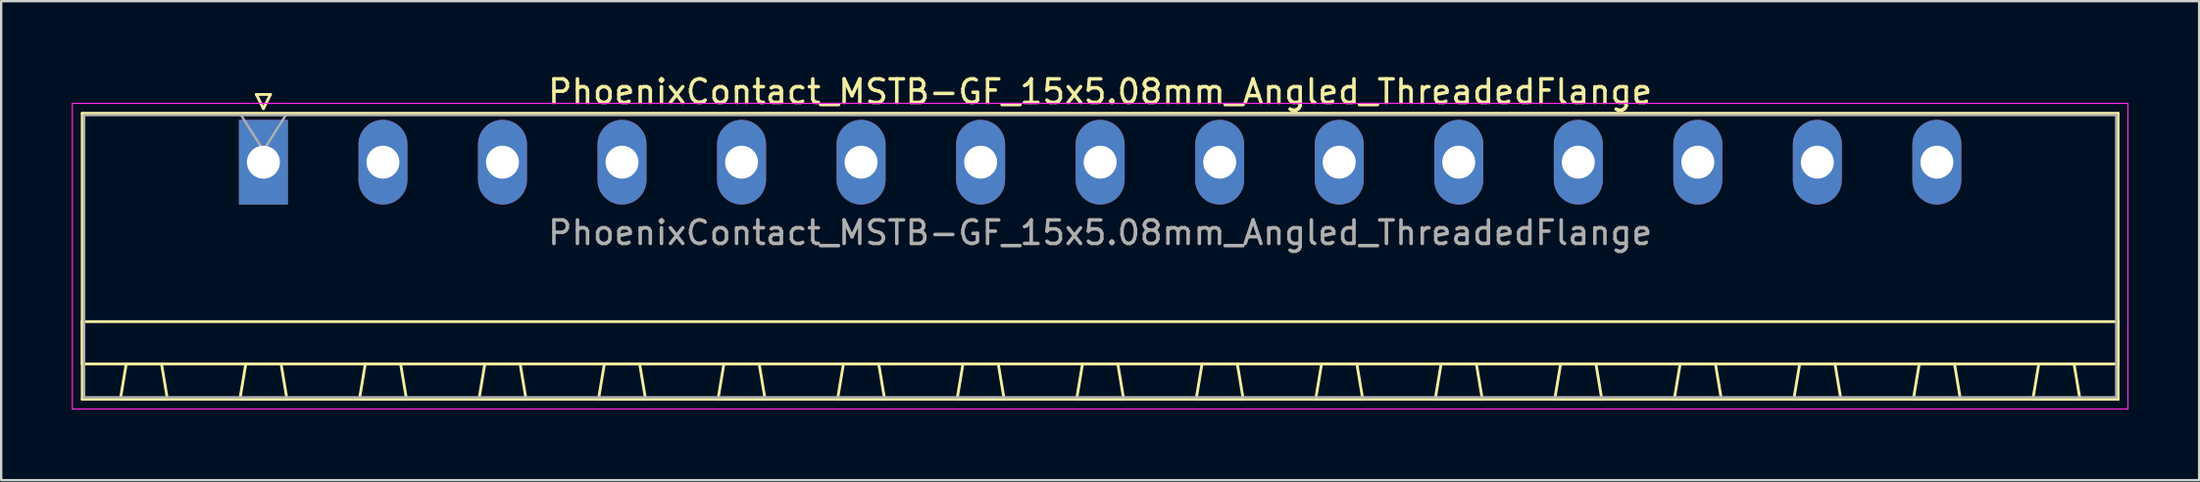
<source format=kicad_pcb>
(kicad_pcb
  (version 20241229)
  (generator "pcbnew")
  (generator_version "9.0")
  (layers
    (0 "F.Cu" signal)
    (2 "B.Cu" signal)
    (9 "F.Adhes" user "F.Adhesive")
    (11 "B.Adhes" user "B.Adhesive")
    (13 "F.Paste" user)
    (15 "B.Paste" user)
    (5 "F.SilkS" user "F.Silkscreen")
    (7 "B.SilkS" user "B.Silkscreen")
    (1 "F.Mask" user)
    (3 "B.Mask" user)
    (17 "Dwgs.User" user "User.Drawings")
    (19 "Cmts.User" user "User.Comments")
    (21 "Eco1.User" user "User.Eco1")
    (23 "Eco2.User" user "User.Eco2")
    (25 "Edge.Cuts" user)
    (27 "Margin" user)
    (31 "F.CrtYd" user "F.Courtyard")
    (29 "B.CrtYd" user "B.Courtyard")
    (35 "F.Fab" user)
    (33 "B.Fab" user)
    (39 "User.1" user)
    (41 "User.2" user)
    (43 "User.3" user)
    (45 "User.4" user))
  (footprint "PhoenixContact_MSTB-GF_15x5.08mm_Angled_ThreadedFlange"
    (layer "F.Cu")
    (at 8.145 3.848)
    (property "Reference" "PhoenixContact_MSTB-GF_15x5.08mm_Angled_ThreadedFlange" (at 35.56 -3 0) (layer "F.SilkS") (effects (font (size 1 1) (thickness 0.15))))
    (attr through_hole)
    (fp_line (start -7.7 -2.08) (end -7.7 10.08) (stroke (width 0.12) (type solid)) (layer "F.SilkS"))
    (fp_line (start -7.7 6.78) (end 78.82 6.78) (stroke (width 0.12) (type solid)) (layer "F.SilkS"))
    (fp_line (start -7.7 8.58) (end -7.7 6.78) (stroke (width 0.12) (type solid)) (layer "F.SilkS"))
    (fp_line (start -7.7 10.08) (end 78.82 10.08) (stroke (width 0.12) (type solid)) (layer "F.SilkS"))
    (fp_line (start -6.08 10.08) (end -4.08 10.08) (stroke (width 0.12) (type solid)) (layer "F.SilkS"))
    (fp_line (start -5.83 8.58) (end -6.08 10.08) (stroke (width 0.12) (type solid)) (layer "F.SilkS"))
    (fp_line (start -4.33 8.58) (end -5.83 8.58) (stroke (width 0.12) (type solid)) (layer "F.SilkS"))
    (fp_line (start -4.08 10.08) (end -4.33 8.58) (stroke (width 0.12) (type solid)) (layer "F.SilkS"))
    (fp_line (start -1 10.08) (end 1 10.08) (stroke (width 0.12) (type solid)) (layer "F.SilkS"))
    (fp_line (start -0.75 8.58) (end -1 10.08) (stroke (width 0.12) (type solid)) (layer "F.SilkS"))
    (fp_line (start -0.3 -2.88) (end 0.3 -2.88) (stroke (width 0.12) (type solid)) (layer "F.SilkS"))
    (fp_line (start 0 -2.28) (end -0.3 -2.88) (stroke (width 0.12) (type solid)) (layer "F.SilkS"))
    (fp_line (start 0.3 -2.88) (end 0 -2.28) (stroke (width 0.12) (type solid)) (layer "F.SilkS"))
    (fp_line (start 0.75 8.58) (end -0.75 8.58) (stroke (width 0.12) (type solid)) (layer "F.SilkS"))
    (fp_line (start 1 10.08) (end 0.75 8.58) (stroke (width 0.12) (type solid)) (layer "F.SilkS"))
    (fp_line (start 4.08 10.08) (end 6.08 10.08) (stroke (width 0.12) (type solid)) (layer "F.SilkS"))
    (fp_line (start 4.33 8.58) (end 4.08 10.08) (stroke (width 0.12) (type solid)) (layer "F.SilkS"))
    (fp_line (start 5.83 8.58) (end 4.33 8.58) (stroke (width 0.12) (type solid)) (layer "F.SilkS"))
    (fp_line (start 6.08 10.08) (end 5.83 8.58) (stroke (width 0.12) (type solid)) (layer "F.SilkS"))
    (fp_line (start 9.16 10.08) (end 11.16 10.08) (stroke (width 0.12) (type solid)) (layer "F.SilkS"))
    (fp_line (start 9.41 8.58) (end 9.16 10.08) (stroke (width 0.12) (type solid)) (layer "F.SilkS"))
    (fp_line (start 10.91 8.58) (end 9.41 8.58) (stroke (width 0.12) (type solid)) (layer "F.SilkS"))
    (fp_line (start 11.16 10.08) (end 10.91 8.58) (stroke (width 0.12) (type solid)) (layer "F.SilkS"))
    (fp_line (start 14.24 10.08) (end 16.24 10.08) (stroke (width 0.12) (type solid)) (layer "F.SilkS"))
    (fp_line (start 14.49 8.58) (end 14.24 10.08) (stroke (width 0.12) (type solid)) (layer "F.SilkS"))
    (fp_line (start 15.99 8.58) (end 14.49 8.58) (stroke (width 0.12) (type solid)) (layer "F.SilkS"))
    (fp_line (start 16.24 10.08) (end 15.99 8.58) (stroke (width 0.12) (type solid)) (layer "F.SilkS"))
    (fp_line (start 19.32 10.08) (end 21.32 10.08) (stroke (width 0.12) (type solid)) (layer "F.SilkS"))
    (fp_line (start 19.57 8.58) (end 19.32 10.08) (stroke (width 0.12) (type solid)) (layer "F.SilkS"))
    (fp_line (start 21.07 8.58) (end 19.57 8.58) (stroke (width 0.12) (type solid)) (layer "F.SilkS"))
    (fp_line (start 21.32 10.08) (end 21.07 8.58) (stroke (width 0.12) (type solid)) (layer "F.SilkS"))
    (fp_line (start 24.4 10.08) (end 26.4 10.08) (stroke (width 0.12) (type solid)) (layer "F.SilkS"))
    (fp_line (start 24.65 8.58) (end 24.4 10.08) (stroke (width 0.12) (type solid)) (layer "F.SilkS"))
    (fp_line (start 26.15 8.58) (end 24.65 8.58) (stroke (width 0.12) (type solid)) (layer "F.SilkS"))
    (fp_line (start 26.4 10.08) (end 26.15 8.58) (stroke (width 0.12) (type solid)) (layer "F.SilkS"))
    (fp_line (start 29.48 10.08) (end 31.48 10.08) (stroke (width 0.12) (type solid)) (layer "F.SilkS"))
    (fp_line (start 29.73 8.58) (end 29.48 10.08) (stroke (width 0.12) (type solid)) (layer "F.SilkS"))
    (fp_line (start 31.23 8.58) (end 29.73 8.58) (stroke (width 0.12) (type solid)) (layer "F.SilkS"))
    (fp_line (start 31.48 10.08) (end 31.23 8.58) (stroke (width 0.12) (type solid)) (layer "F.SilkS"))
    (fp_line (start 34.56 10.08) (end 36.56 10.08) (stroke (width 0.12) (type solid)) (layer "F.SilkS"))
    (fp_line (start 34.81 8.58) (end 34.56 10.08) (stroke (width 0.12) (type solid)) (layer "F.SilkS"))
    (fp_line (start 36.31 8.58) (end 34.81 8.58) (stroke (width 0.12) (type solid)) (layer "F.SilkS"))
    (fp_line (start 36.56 10.08) (end 36.31 8.58) (stroke (width 0.12) (type solid)) (layer "F.SilkS"))
    (fp_line (start 39.64 10.08) (end 41.64 10.08) (stroke (width 0.12) (type solid)) (layer "F.SilkS"))
    (fp_line (start 39.89 8.58) (end 39.64 10.08) (stroke (width 0.12) (type solid)) (layer "F.SilkS"))
    (fp_line (start 41.39 8.58) (end 39.89 8.58) (stroke (width 0.12) (type solid)) (layer "F.SilkS"))
    (fp_line (start 41.64 10.08) (end 41.39 8.58) (stroke (width 0.12) (type solid)) (layer "F.SilkS"))
    (fp_line (start 44.72 10.08) (end 46.72 10.08) (stroke (width 0.12) (type solid)) (layer "F.SilkS"))
    (fp_line (start 44.97 8.58) (end 44.72 10.08) (stroke (width 0.12) (type solid)) (layer "F.SilkS"))
    (fp_line (start 46.47 8.58) (end 44.97 8.58) (stroke (width 0.12) (type solid)) (layer "F.SilkS"))
    (fp_line (start 46.72 10.08) (end 46.47 8.58) (stroke (width 0.12) (type solid)) (layer "F.SilkS"))
    (fp_line (start 49.8 10.08) (end 51.8 10.08) (stroke (width 0.12) (type solid)) (layer "F.SilkS"))
    (fp_line (start 50.05 8.58) (end 49.8 10.08) (stroke (width 0.12) (type solid)) (layer "F.SilkS"))
    (fp_line (start 51.55 8.58) (end 50.05 8.58) (stroke (width 0.12) (type solid)) (layer "F.SilkS"))
    (fp_line (start 51.8 10.08) (end 51.55 8.58) (stroke (width 0.12) (type solid)) (layer "F.SilkS"))
    (fp_line (start 54.88 10.08) (end 56.88 10.08) (stroke (width 0.12) (type solid)) (layer "F.SilkS"))
    (fp_line (start 55.13 8.58) (end 54.88 10.08) (stroke (width 0.12) (type solid)) (layer "F.SilkS"))
    (fp_line (start 56.63 8.58) (end 55.13 8.58) (stroke (width 0.12) (type solid)) (layer "F.SilkS"))
    (fp_line (start 56.88 10.08) (end 56.63 8.58) (stroke (width 0.12) (type solid)) (layer "F.SilkS"))
    (fp_line (start 59.96 10.08) (end 61.96 10.08) (stroke (width 0.12) (type solid)) (layer "F.SilkS"))
    (fp_line (start 60.21 8.58) (end 59.96 10.08) (stroke (width 0.12) (type solid)) (layer "F.SilkS"))
    (fp_line (start 61.71 8.58) (end 60.21 8.58) (stroke (width 0.12) (type solid)) (layer "F.SilkS"))
    (fp_line (start 61.96 10.08) (end 61.71 8.58) (stroke (width 0.12) (type solid)) (layer "F.SilkS"))
    (fp_line (start 65.04 10.08) (end 67.04 10.08) (stroke (width 0.12) (type solid)) (layer "F.SilkS"))
    (fp_line (start 65.29 8.58) (end 65.04 10.08) (stroke (width 0.12) (type solid)) (layer "F.SilkS"))
    (fp_line (start 66.79 8.58) (end 65.29 8.58) (stroke (width 0.12) (type solid)) (layer "F.SilkS"))
    (fp_line (start 67.04 10.08) (end 66.79 8.58) (stroke (width 0.12) (type solid)) (layer "F.SilkS"))
    (fp_line (start 70.12 10.08) (end 72.12 10.08) (stroke (width 0.12) (type solid)) (layer "F.SilkS"))
    (fp_line (start 70.37 8.58) (end 70.12 10.08) (stroke (width 0.12) (type solid)) (layer "F.SilkS"))
    (fp_line (start 71.87 8.58) (end 70.37 8.58) (stroke (width 0.12) (type solid)) (layer "F.SilkS"))
    (fp_line (start 72.12 10.08) (end 71.87 8.58) (stroke (width 0.12) (type solid)) (layer "F.SilkS"))
    (fp_line (start 75.2 10.08) (end 77.2 10.08) (stroke (width 0.12) (type solid)) (layer "F.SilkS"))
    (fp_line (start 75.45 8.58) (end 75.2 10.08) (stroke (width 0.12) (type solid)) (layer "F.SilkS"))
    (fp_line (start 76.95 8.58) (end 75.45 8.58) (stroke (width 0.12) (type solid)) (layer "F.SilkS"))
    (fp_line (start 77.2 10.08) (end 76.95 8.58) (stroke (width 0.12) (type solid)) (layer "F.SilkS"))
    (fp_line (start 78.82 -2.08) (end -7.7 -2.08) (stroke (width 0.12) (type solid)) (layer "F.SilkS"))
    (fp_line (start 78.82 6.78) (end 78.82 8.58) (stroke (width 0.12) (type solid)) (layer "F.SilkS"))
    (fp_line (start 78.82 8.58) (end -7.7 8.58) (stroke (width 0.12) (type solid)) (layer "F.SilkS"))
    (fp_line (start 78.82 10.08) (end 78.82 -2.08) (stroke (width 0.12) (type solid)) (layer "F.SilkS"))
    (fp_line (start -8.12 -2.5) (end -8.12 10.5) (stroke (width 0.05) (type solid)) (layer "F.CrtYd"))
    (fp_line (start -8.12 10.5) (end 79.24 10.5) (stroke (width 0.05) (type solid)) (layer "F.CrtYd"))
    (fp_line (start 79.24 -2.5) (end -8.12 -2.5) (stroke (width 0.05) (type solid)) (layer "F.CrtYd"))
    (fp_line (start 79.24 10.5) (end 79.24 -2.5) (stroke (width 0.05) (type solid)) (layer "F.CrtYd"))
    (fp_line (start -7.62 -2) (end -7.62 10) (stroke (width 0.1) (type solid)) (layer "F.Fab"))
    (fp_line (start -7.62 10) (end 78.74 10) (stroke (width 0.1) (type solid)) (layer "F.Fab"))
    (fp_line (start 0 -0.5) (end -0.95 -2) (stroke (width 0.1) (type solid)) (layer "F.Fab"))
    (fp_line (start 0.95 -2) (end 0 -0.5) (stroke (width 0.1) (type solid)) (layer "F.Fab"))
    (fp_line (start 78.74 -2) (end -7.62 -2) (stroke (width 0.1) (type solid)) (layer "F.Fab"))
    (fp_line (start 78.74 10) (end 78.74 -2) (stroke (width 0.1) (type solid)) (layer "F.Fab"))
    (fp_text user "${REFERENCE}" (at 35.56 3 0) (layer "F.Fab") (effects (font (size 1 1) (thickness 0.15))))
    (pad "1" thru_hole rect (at 0 0) (size 2.08 3.6) (drill 1.4) (layers "*.Cu" "*.Mask"))
    (pad "2" thru_hole oval (at 5.08 0) (size 2.08 3.6) (drill 1.4) (layers "*.Cu" "*.Mask"))
    (pad "3" thru_hole oval (at 10.16 0) (size 2.08 3.6) (drill 1.4) (layers "*.Cu" "*.Mask"))
    (pad "4" thru_hole oval (at 15.24 0) (size 2.08 3.6) (drill 1.4) (layers "*.Cu" "*.Mask"))
    (pad "5" thru_hole oval (at 20.32 0) (size 2.08 3.6) (drill 1.4) (layers "*.Cu" "*.Mask"))
    (pad "6" thru_hole oval (at 25.4 0) (size 2.08 3.6) (drill 1.4) (layers "*.Cu" "*.Mask"))
    (pad "7" thru_hole oval (at 30.48 0) (size 2.08 3.6) (drill 1.4) (layers "*.Cu" "*.Mask"))
    (pad "8" thru_hole oval (at 35.56 0) (size 2.08 3.6) (drill 1.4) (layers "*.Cu" "*.Mask"))
    (pad "9" thru_hole oval (at 40.64 0) (size 2.08 3.6) (drill 1.4) (layers "*.Cu" "*.Mask"))
    (pad "10" thru_hole oval (at 45.72 0) (size 2.08 3.6) (drill 1.4) (layers "*.Cu" "*.Mask"))
    (pad "11" thru_hole oval (at 50.8 0) (size 2.08 3.6) (drill 1.4) (layers "*.Cu" "*.Mask"))
    (pad "12" thru_hole oval (at 55.88 0) (size 2.08 3.6) (drill 1.4) (layers "*.Cu" "*.Mask"))
    (pad "13" thru_hole oval (at 60.96 0) (size 2.08 3.6) (drill 1.4) (layers "*.Cu" "*.Mask"))
    (pad "14" thru_hole oval (at 66.04 0) (size 2.08 3.6) (drill 1.4) (layers "*.Cu" "*.Mask"))
    (pad "15" thru_hole oval (at 71.12 0) (size 2.08 3.6) (drill 1.4) (layers "*.Cu" "*.Mask")))
  (gr_rect
    (start -3 -3)
    (end 90.41 17.373)
    (stroke (width 0.1) (type default))
    (fill no)
    (layer "Edge.Cuts")))
</source>
